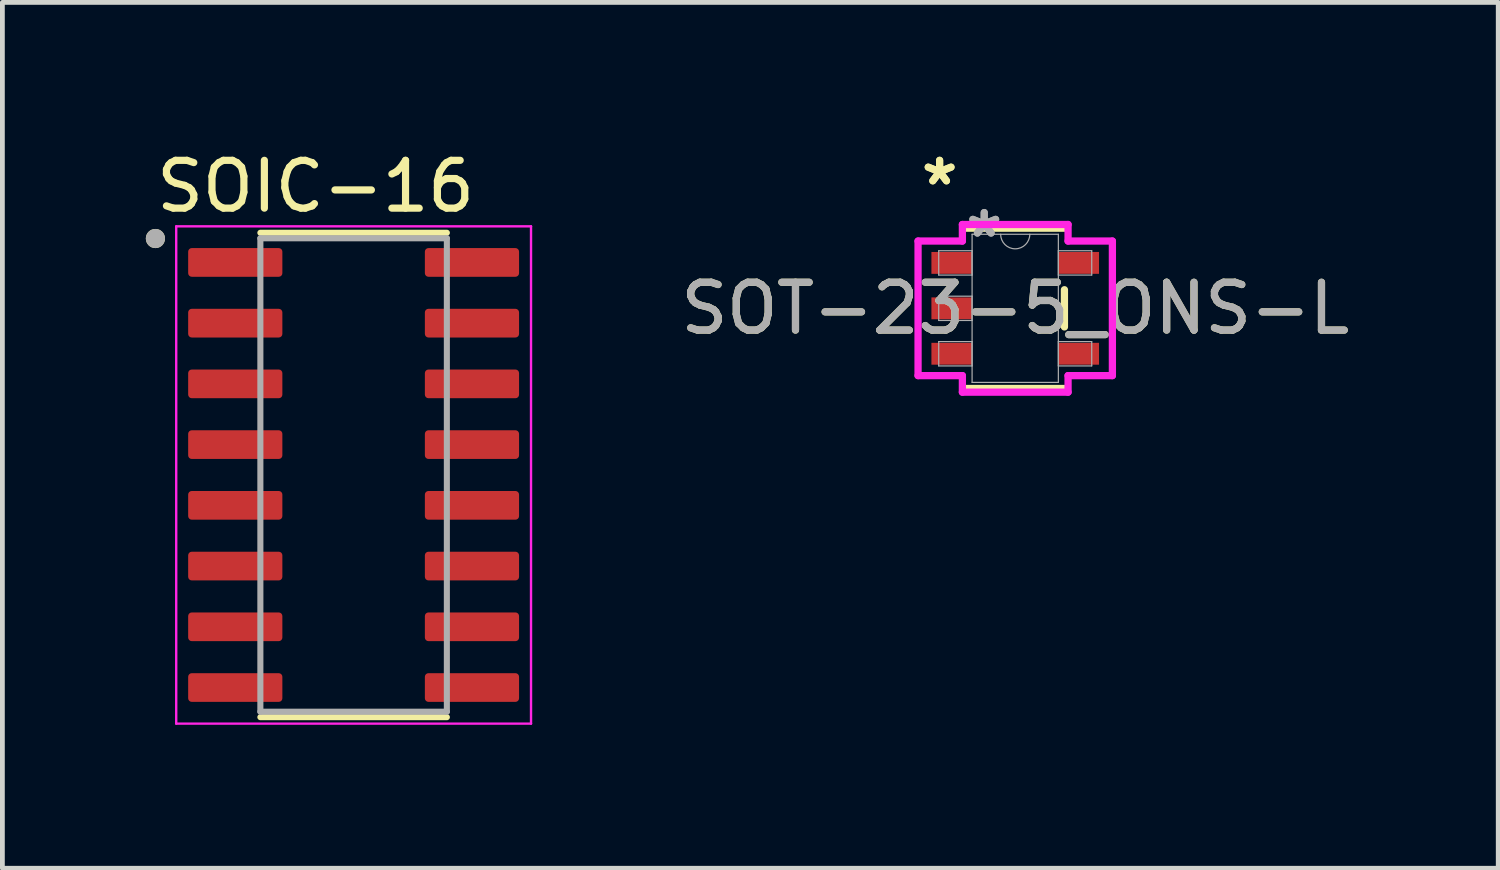
<source format=kicad_pcb>
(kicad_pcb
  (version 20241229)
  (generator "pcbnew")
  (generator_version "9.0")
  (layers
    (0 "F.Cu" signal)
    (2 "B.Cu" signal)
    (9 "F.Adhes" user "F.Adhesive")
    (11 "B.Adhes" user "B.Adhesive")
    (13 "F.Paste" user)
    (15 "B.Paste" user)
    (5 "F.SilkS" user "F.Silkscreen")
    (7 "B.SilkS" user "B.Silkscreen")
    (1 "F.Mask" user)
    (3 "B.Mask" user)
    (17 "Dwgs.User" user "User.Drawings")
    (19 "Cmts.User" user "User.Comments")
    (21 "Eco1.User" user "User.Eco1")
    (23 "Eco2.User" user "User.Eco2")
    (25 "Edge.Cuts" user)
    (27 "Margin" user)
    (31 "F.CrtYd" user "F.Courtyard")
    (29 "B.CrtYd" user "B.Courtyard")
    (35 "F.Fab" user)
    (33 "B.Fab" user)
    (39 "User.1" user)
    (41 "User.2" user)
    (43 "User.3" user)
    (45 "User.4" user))
  (footprint "SOIC-16"
    (layer "F.Cu")
    (at 4.345 6.883)
    (property "Reference" "SOIC-16" (at -0.795 -6.035 0) (layer "F.SilkS") (effects (font (size 1 1) (thickness 0.15))))
    (attr smd)
    (fp_line (start -1.95 -5.065) (end 1.95 -5.065) (stroke (width 0.127) (type solid)) (layer "F.SilkS"))
    (fp_line (start -1.95 5.065) (end 1.95 5.065) (stroke (width 0.127) (type solid)) (layer "F.SilkS"))
    (fp_circle (center -4.145 -4.945) (end -4.045 -4.945) (stroke (width 0.2) (type solid)) (fill no) (layer "F.SilkS"))
    (fp_line (start -3.71 -5.2) (end -3.71 5.2) (stroke (width 0.05) (type solid)) (layer "F.CrtYd"))
    (fp_line (start -3.71 -5.2) (end 3.71 -5.2) (stroke (width 0.05) (type solid)) (layer "F.CrtYd"))
    (fp_line (start -3.71 5.2) (end 3.71 5.2) (stroke (width 0.05) (type solid)) (layer "F.CrtYd"))
    (fp_line (start 3.71 -5.2) (end 3.71 5.2) (stroke (width 0.05) (type solid)) (layer "F.CrtYd"))
    (fp_line (start -1.95 -4.95) (end -1.95 4.95) (stroke (width 0.127) (type solid)) (layer "F.Fab"))
    (fp_line (start -1.95 -4.95) (end 1.95 -4.95) (stroke (width 0.127) (type solid)) (layer "F.Fab"))
    (fp_line (start -1.95 4.95) (end 1.95 4.95) (stroke (width 0.127) (type solid)) (layer "F.Fab"))
    (fp_line (start 1.95 -4.95) (end 1.95 4.95) (stroke (width 0.127) (type solid)) (layer "F.Fab"))
    (fp_circle (center -4.145 -4.945) (end -4.045 -4.945) (stroke (width 0.2) (type solid)) (fill no) (layer "F.Fab"))
    (pad "1" smd roundrect (at -2.475 -4.445) (size 1.97 0.6) (layers "F.Cu" "F.Mask" "F.Paste") (roundrect_rratio 0.125))
    (pad "2" smd roundrect (at -2.475 -3.175) (size 1.97 0.6) (layers "F.Cu" "F.Mask" "F.Paste") (roundrect_rratio 0.125))
    (pad "3" smd roundrect (at -2.475 -1.905) (size 1.97 0.6) (layers "F.Cu" "F.Mask" "F.Paste") (roundrect_rratio 0.125))
    (pad "4" smd roundrect (at -2.475 -0.635) (size 1.97 0.6) (layers "F.Cu" "F.Mask" "F.Paste") (roundrect_rratio 0.125))
    (pad "5" smd roundrect (at -2.475 0.635) (size 1.97 0.6) (layers "F.Cu" "F.Mask" "F.Paste") (roundrect_rratio 0.125))
    (pad "6" smd roundrect (at -2.475 1.905) (size 1.97 0.6) (layers "F.Cu" "F.Mask" "F.Paste") (roundrect_rratio 0.125))
    (pad "7" smd roundrect (at -2.475 3.175) (size 1.97 0.6) (layers "F.Cu" "F.Mask" "F.Paste") (roundrect_rratio 0.125))
    (pad "8" smd roundrect (at -2.475 4.445) (size 1.97 0.6) (layers "F.Cu" "F.Mask" "F.Paste") (roundrect_rratio 0.125))
    (pad "9" smd roundrect (at 2.475 4.445) (size 1.97 0.6) (layers "F.Cu" "F.Mask" "F.Paste") (roundrect_rratio 0.125))
    (pad "10" smd roundrect (at 2.475 3.175) (size 1.97 0.6) (layers "F.Cu" "F.Mask" "F.Paste") (roundrect_rratio 0.125))
    (pad "11" smd roundrect (at 2.475 1.905) (size 1.97 0.6) (layers "F.Cu" "F.Mask" "F.Paste") (roundrect_rratio 0.125))
    (pad "12" smd roundrect (at 2.475 0.635) (size 1.97 0.6) (layers "F.Cu" "F.Mask" "F.Paste") (roundrect_rratio 0.125))
    (pad "13" smd roundrect (at 2.475 -0.635) (size 1.97 0.6) (layers "F.Cu" "F.Mask" "F.Paste") (roundrect_rratio 0.125))
    (pad "14" smd roundrect (at 2.475 -1.905) (size 1.97 0.6) (layers "F.Cu" "F.Mask" "F.Paste") (roundrect_rratio 0.125))
    (pad "15" smd roundrect (at 2.475 -3.175) (size 1.97 0.6) (layers "F.Cu" "F.Mask" "F.Paste") (roundrect_rratio 0.125))
    (pad "16" smd roundrect (at 2.475 -4.445) (size 1.97 0.6) (layers "F.Cu" "F.Mask" "F.Paste") (roundrect_rratio 0.125)))
  (footprint "SOT-23-5_ONS-L"
    (layer "F.Cu")
    (at 18.181 3.398)
    (property "Reference" "SOT-23-5_ONS-L" (at 0 0 0) (unlocked yes) (layer "F.SilkS") (effects (font (size 1 1) (thickness 0.15))))
    (attr smd)
    (fp_line (start -1.029 1.676) (end 1.029 1.676) (stroke (width 0.152) (type solid)) (layer "F.SilkS"))
    (fp_line (start 1.029 -1.676) (end -1.029 -1.676) (stroke (width 0.152) (type solid)) (layer "F.SilkS"))
    (fp_line (start 1.029 0.389) (end 1.029 -0.389) (stroke (width 0.152) (type solid)) (layer "F.SilkS"))
    (fp_line (start -2.032 -1.407) (end -1.105 -1.407) (stroke (width 0.152) (type solid)) (layer "F.CrtYd"))
    (fp_line (start -2.032 1.407) (end -2.032 -1.407) (stroke (width 0.152) (type solid)) (layer "F.CrtYd"))
    (fp_line (start -1.105 -1.753) (end 1.105 -1.753) (stroke (width 0.152) (type solid)) (layer "F.CrtYd"))
    (fp_line (start -1.105 -1.407) (end -1.105 -1.753) (stroke (width 0.152) (type solid)) (layer "F.CrtYd"))
    (fp_line (start -1.105 1.407) (end -2.032 1.407) (stroke (width 0.152) (type solid)) (layer "F.CrtYd"))
    (fp_line (start -1.105 1.753) (end -1.105 1.407) (stroke (width 0.152) (type solid)) (layer "F.CrtYd"))
    (fp_line (start 1.105 -1.753) (end 1.105 -1.407) (stroke (width 0.152) (type solid)) (layer "F.CrtYd"))
    (fp_line (start 1.105 -1.407) (end 2.032 -1.407) (stroke (width 0.152) (type solid)) (layer "F.CrtYd"))
    (fp_line (start 1.105 1.407) (end 1.105 1.753) (stroke (width 0.152) (type solid)) (layer "F.CrtYd"))
    (fp_line (start 1.105 1.753) (end -1.105 1.753) (stroke (width 0.152) (type solid)) (layer "F.CrtYd"))
    (fp_line (start 2.032 -1.407) (end 2.032 1.407) (stroke (width 0.152) (type solid)) (layer "F.CrtYd"))
    (fp_line (start 2.032 1.407) (end 1.105 1.407) (stroke (width 0.152) (type solid)) (layer "F.CrtYd"))
    (fp_line (start -1.6 -1.204) (end -1.6 -0.696) (stroke (width 0.025) (type solid)) (layer "F.Fab"))
    (fp_line (start -1.6 -0.696) (end -0.902 -0.696) (stroke (width 0.025) (type solid)) (layer "F.Fab"))
    (fp_line (start -1.6 -0.254) (end -1.6 0.254) (stroke (width 0.025) (type solid)) (layer "F.Fab"))
    (fp_line (start -1.6 0.254) (end -0.902 0.254) (stroke (width 0.025) (type solid)) (layer "F.Fab"))
    (fp_line (start -1.6 0.696) (end -1.6 1.204) (stroke (width 0.025) (type solid)) (layer "F.Fab"))
    (fp_line (start -1.6 1.204) (end -0.902 1.204) (stroke (width 0.025) (type solid)) (layer "F.Fab"))
    (fp_line (start -0.902 -1.549) (end -0.902 1.549) (stroke (width 0.025) (type solid)) (layer "F.Fab"))
    (fp_line (start -0.902 -1.204) (end -1.6 -1.204) (stroke (width 0.025) (type solid)) (layer "F.Fab"))
    (fp_line (start -0.902 -0.696) (end -0.902 -1.204) (stroke (width 0.025) (type solid)) (layer "F.Fab"))
    (fp_line (start -0.902 -0.254) (end -1.6 -0.254) (stroke (width 0.025) (type solid)) (layer "F.Fab"))
    (fp_line (start -0.902 0.254) (end -0.902 -0.254) (stroke (width 0.025) (type solid)) (layer "F.Fab"))
    (fp_line (start -0.902 0.696) (end -1.6 0.696) (stroke (width 0.025) (type solid)) (layer "F.Fab"))
    (fp_line (start -0.902 1.204) (end -0.902 0.696) (stroke (width 0.025) (type solid)) (layer "F.Fab"))
    (fp_line (start -0.902 1.549) (end 0.902 1.549) (stroke (width 0.025) (type solid)) (layer "F.Fab"))
    (fp_line (start 0.902 -1.549) (end -0.902 -1.549) (stroke (width 0.025) (type solid)) (layer "F.Fab"))
    (fp_line (start 0.902 -1.204) (end 0.902 -0.696) (stroke (width 0.025) (type solid)) (layer "F.Fab"))
    (fp_line (start 0.902 -0.696) (end 1.6 -0.696) (stroke (width 0.025) (type solid)) (layer "F.Fab"))
    (fp_line (start 0.902 0.696) (end 0.902 1.204) (stroke (width 0.025) (type solid)) (layer "F.Fab"))
    (fp_line (start 0.902 1.204) (end 1.6 1.204) (stroke (width 0.025) (type solid)) (layer "F.Fab"))
    (fp_line (start 0.902 1.549) (end 0.902 -1.549) (stroke (width 0.025) (type solid)) (layer "F.Fab"))
    (fp_line (start 1.6 -1.204) (end 0.902 -1.204) (stroke (width 0.025) (type solid)) (layer "F.Fab"))
    (fp_line (start 1.6 -0.696) (end 1.6 -1.204) (stroke (width 0.025) (type solid)) (layer "F.Fab"))
    (fp_line (start 1.6 0.696) (end 0.902 0.696) (stroke (width 0.025) (type solid)) (layer "F.Fab"))
    (fp_line (start 1.6 1.204) (end 1.6 0.696) (stroke (width 0.025) (type solid)) (layer "F.Fab"))
    (fp_arc (start 0.3048 -1.5494) (mid 0 -1.2446) (end -0.3048 -1.5494) (stroke (width 0.0254) (type solid)) (layer "F.Fab"))
    (fp_text user "*" (at -1.581 -2.55 0) (layer "F.SilkS") (effects (font (size 1 1) (thickness 0.15))))
    (fp_text user "*" (at -1.581 -2.55 0) (unlocked yes) (layer "F.SilkS") (effects (font (size 1 1) (thickness 0.15))))
    (fp_text user "${REFERENCE}" (at 0 0 0) (unlocked yes) (layer "F.Fab") (effects (font (size 1 1) (thickness 0.15))))
    (fp_text user "*" (at -0.648 -1.458 0) (layer "F.Fab") (effects (font (size 1 1) (thickness 0.15))))
    (fp_text user "*" (at -0.648 -1.458 0) (unlocked yes) (layer "F.Fab") (effects (font (size 1 1) (thickness 0.15))))
    (pad "1" smd rect (at -1.327 -0.95) (size 0.851 0.457) (layers "F.Cu" "F.Mask" "F.Paste"))
    (pad "2" smd rect (at -1.327 0) (size 0.851 0.457) (layers "F.Cu" "F.Mask" "F.Paste"))
    (pad "3" smd rect (at -1.327 0.95) (size 0.851 0.457) (layers "F.Cu" "F.Mask" "F.Paste"))
    (pad "4" smd rect (at 1.327 0.95) (size 0.851 0.457) (layers "F.Cu" "F.Mask" "F.Paste"))
    (pad "5" smd rect (at 1.327 -0.95) (size 0.851 0.457) (layers "F.Cu" "F.Mask" "F.Paste")))
  (gr_rect
    (start -3 -3)
    (end 28.282 15.108)
    (stroke (width 0.1) (type default))
    (fill no)
    (layer "Edge.Cuts")))
</source>
